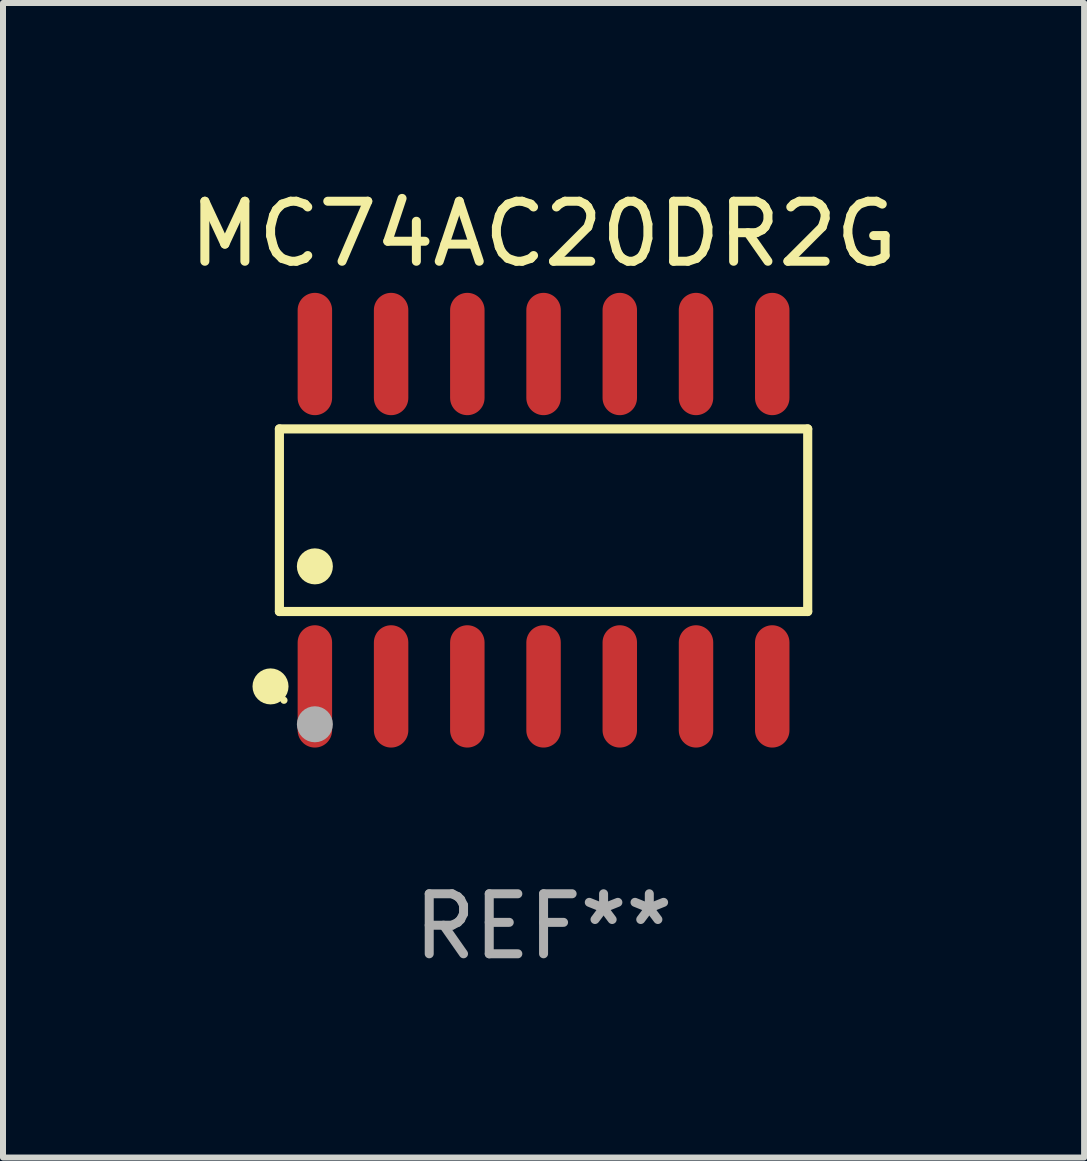
<source format=kicad_pcb>
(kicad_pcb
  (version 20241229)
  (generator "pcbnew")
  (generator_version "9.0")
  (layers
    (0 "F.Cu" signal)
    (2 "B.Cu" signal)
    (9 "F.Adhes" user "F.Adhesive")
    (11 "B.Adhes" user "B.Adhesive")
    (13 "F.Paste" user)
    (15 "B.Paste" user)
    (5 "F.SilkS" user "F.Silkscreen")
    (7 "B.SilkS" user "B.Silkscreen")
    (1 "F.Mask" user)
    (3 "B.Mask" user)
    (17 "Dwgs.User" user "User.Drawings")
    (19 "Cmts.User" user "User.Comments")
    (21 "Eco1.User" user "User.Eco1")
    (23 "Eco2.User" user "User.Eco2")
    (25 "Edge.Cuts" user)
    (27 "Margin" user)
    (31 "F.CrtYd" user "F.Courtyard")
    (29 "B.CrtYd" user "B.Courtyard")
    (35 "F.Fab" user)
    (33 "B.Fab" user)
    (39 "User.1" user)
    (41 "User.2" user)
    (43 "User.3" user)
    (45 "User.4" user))
  (footprint "MC74AC20DR2G"
    (layer "F.Cu")
    (at 6.006 5.617)
    (property "Reference" "MC74AC20DR2G" (at 0 -4.769 0) (layer "F.SilkS") (effects (font (size 1 1) (thickness 0.15))))
    (attr through_hole)
    (fp_line (start -4.401 -1.521) (end 4.401 -1.521) (stroke (width 0.152) (type solid)) (layer "F.SilkS"))
    (fp_line (start -4.401 1.521) (end -4.401 -1.521) (stroke (width 0.152) (type solid)) (layer "F.SilkS"))
    (fp_line (start 4.401 -1.521) (end 4.401 1.521) (stroke (width 0.152) (type solid)) (layer "F.SilkS"))
    (fp_line (start 4.401 1.521) (end -4.401 1.521) (stroke (width 0.152) (type solid)) (layer "F.SilkS"))
    (fp_circle (center -4.549 2.769) (end -4.399 2.769) (stroke (width 0.3) (type solid)) (fill no) (layer "F.SilkS"))
    (fp_circle (center -4.325 3) (end -4.295 3) (stroke (width 0.06) (type solid)) (fill no) (layer "F.SilkS"))
    (fp_circle (center -3.81 0.769) (end -3.66 0.769) (stroke (width 0.3) (type solid)) (fill no) (layer "F.SilkS"))
    (fp_circle (center -3.81 3.4) (end -3.66 3.4) (stroke (width 0.3) (type solid)) (fill no) (layer "F.Fab"))
    (fp_text user "REF**" (at 0 6.769 0) (layer "F.Fab") (effects (font (size 1 1) (thickness 0.15))))
    (pad "1" smd oval (at -3.81 2.769) (size 0.574 2.038) (layers "F.Cu" "F.Mask" "F.Paste"))
    (pad "2" smd oval (at -2.54 2.769) (size 0.574 2.038) (layers "F.Cu" "F.Mask" "F.Paste"))
    (pad "3" smd oval (at -1.27 2.769) (size 0.574 2.038) (layers "F.Cu" "F.Mask" "F.Paste"))
    (pad "4" smd oval (at 0 2.769) (size 0.574 2.038) (layers "F.Cu" "F.Mask" "F.Paste"))
    (pad "5" smd oval (at 1.27 2.769) (size 0.574 2.038) (layers "F.Cu" "F.Mask" "F.Paste"))
    (pad "6" smd oval (at 2.54 2.769) (size 0.574 2.038) (layers "F.Cu" "F.Mask" "F.Paste"))
    (pad "7" smd oval (at 3.81 2.769) (size 0.574 2.038) (layers "F.Cu" "F.Mask" "F.Paste"))
    (pad "8" smd oval (at 3.81 -2.769) (size 0.574 2.038) (layers "F.Cu" "F.Mask" "F.Paste"))
    (pad "9" smd oval (at 2.54 -2.769) (size 0.574 2.038) (layers "F.Cu" "F.Mask" "F.Paste"))
    (pad "10" smd oval (at 1.27 -2.769) (size 0.574 2.038) (layers "F.Cu" "F.Mask" "F.Paste"))
    (pad "11" smd oval (at 0 -2.769) (size 0.574 2.038) (layers "F.Cu" "F.Mask" "F.Paste"))
    (pad "12" smd oval (at -1.27 -2.769) (size 0.574 2.038) (layers "F.Cu" "F.Mask" "F.Paste"))
    (pad "13" smd oval (at -2.54 -2.769) (size 0.574 2.038) (layers "F.Cu" "F.Mask" "F.Paste"))
    (pad "14" smd oval (at -3.81 -2.769) (size 0.574 2.038) (layers "F.Cu" "F.Mask" "F.Paste")))
  (gr_rect
    (start -3 -3)
    (end 15.012 16.235)
    (stroke (width 0.1) (type default))
    (fill no)
    (layer "Edge.Cuts")))
</source>
